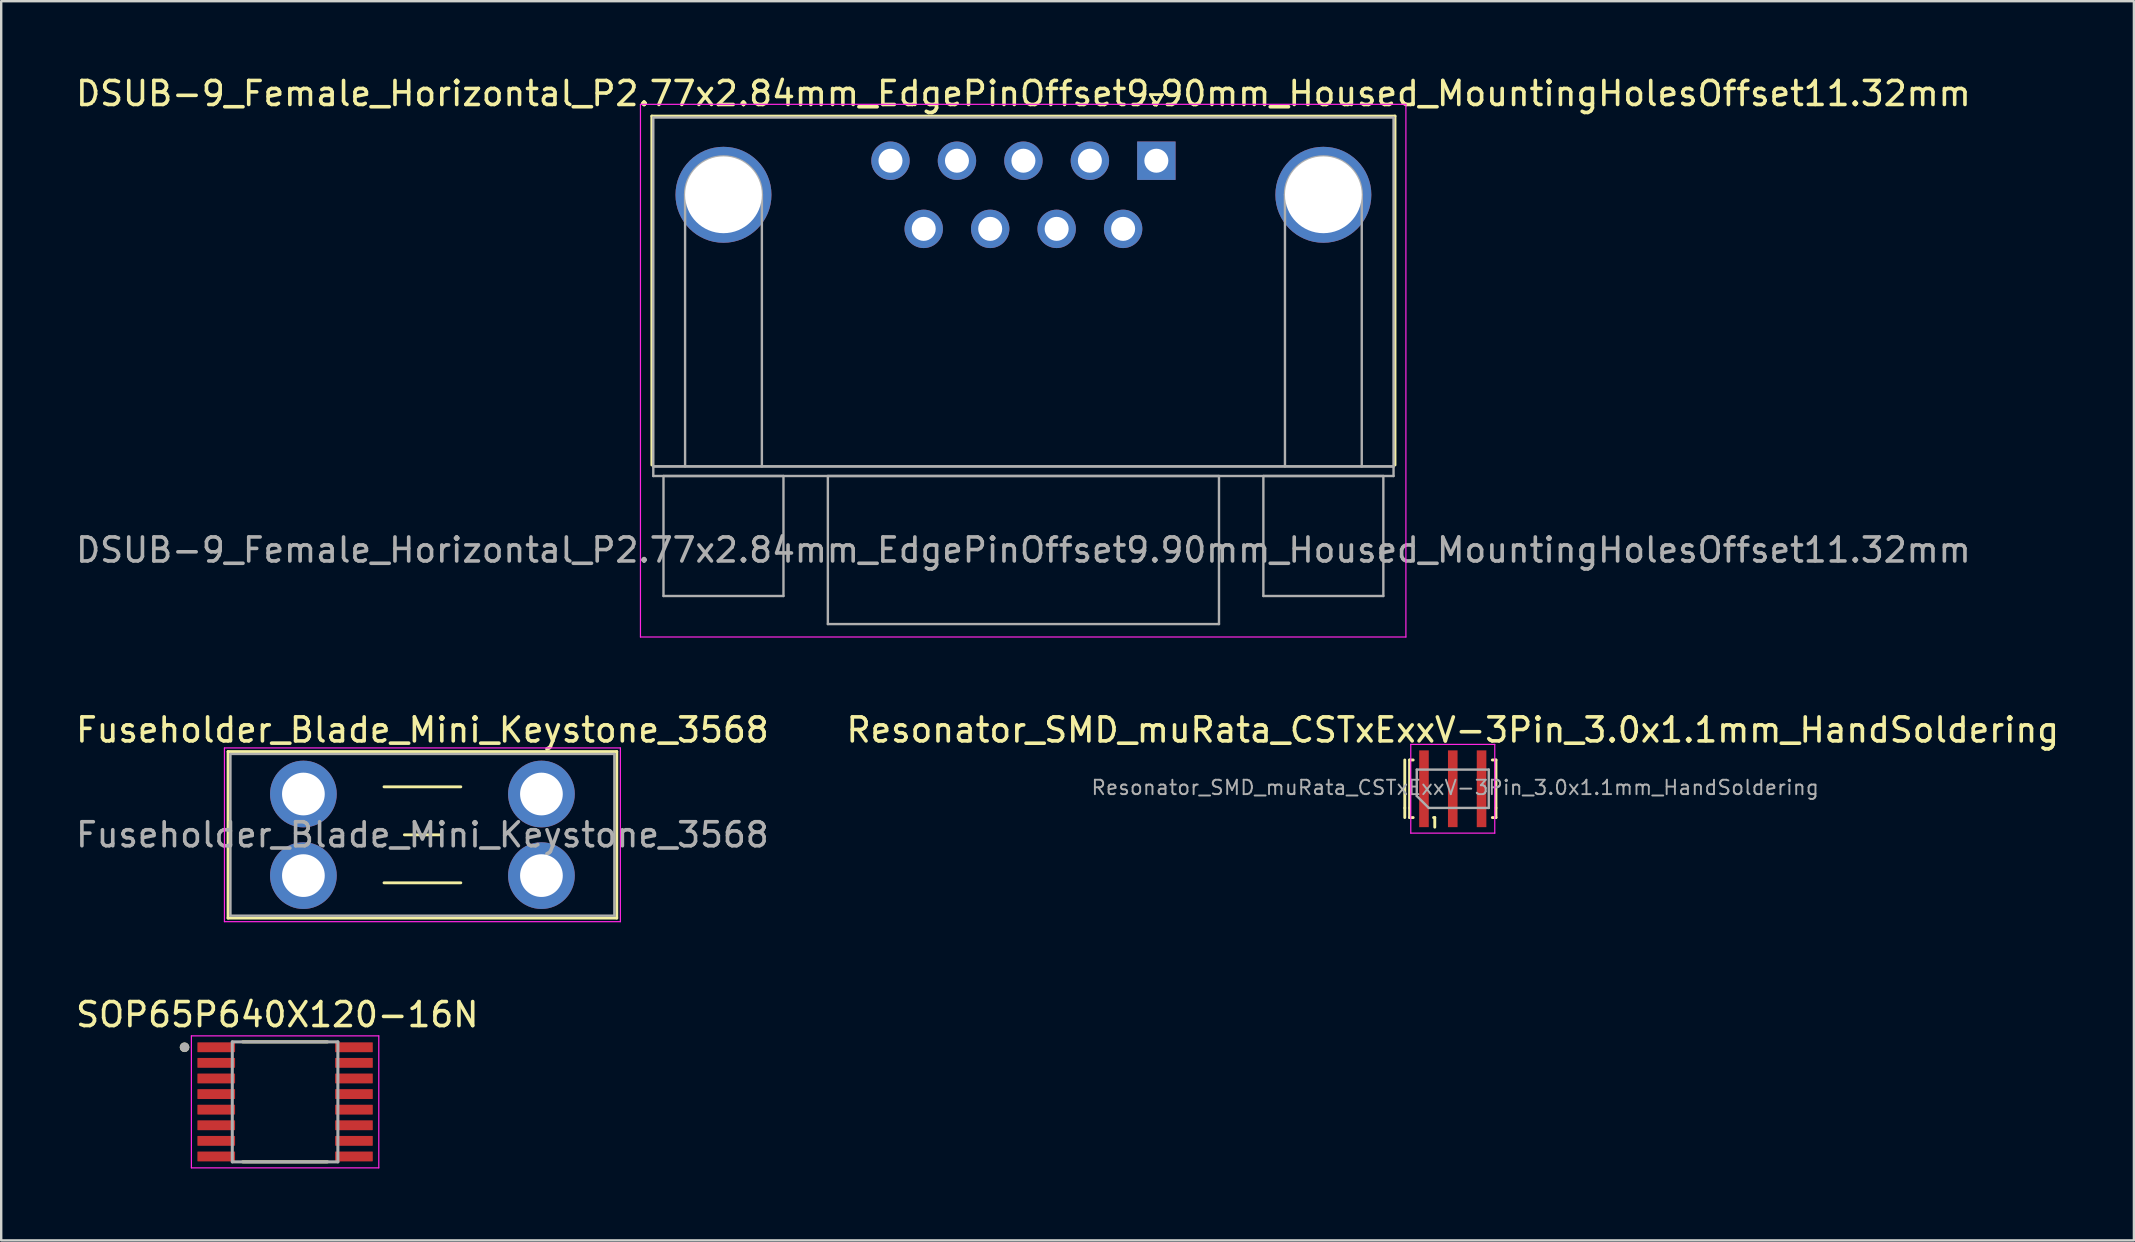
<source format=kicad_pcb>
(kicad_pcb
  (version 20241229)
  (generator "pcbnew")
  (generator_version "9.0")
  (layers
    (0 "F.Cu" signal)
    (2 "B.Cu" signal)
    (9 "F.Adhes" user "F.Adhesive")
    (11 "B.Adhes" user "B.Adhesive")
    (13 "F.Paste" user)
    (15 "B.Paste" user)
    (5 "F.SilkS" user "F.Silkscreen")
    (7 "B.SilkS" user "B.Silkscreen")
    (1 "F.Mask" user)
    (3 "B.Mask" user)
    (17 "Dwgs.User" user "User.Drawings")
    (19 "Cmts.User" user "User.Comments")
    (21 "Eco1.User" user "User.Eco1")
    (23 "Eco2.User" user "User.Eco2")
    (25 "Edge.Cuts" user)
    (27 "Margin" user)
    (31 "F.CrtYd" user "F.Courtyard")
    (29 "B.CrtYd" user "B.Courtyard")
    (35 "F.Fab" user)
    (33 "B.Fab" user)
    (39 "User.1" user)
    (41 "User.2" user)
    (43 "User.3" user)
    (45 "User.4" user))
  (footprint "Fuseholder_Blade_Mini_Keystone_3568"
    (layer "F.Cu")
    (at 9.594 30.041)
    (property "Reference" "Fuseholder_Blade_Mini_Keystone_3568" (at 4.96 -2.67 180) (layer "F.SilkS") (effects (font (size 1 1) (thickness 0.15))))
    (attr through_hole)
    (fp_line (start -3.14 -1.77) (end -3.14 5.17) (stroke (width 0.12) (type solid)) (layer "F.SilkS"))
    (fp_line (start -3.14 5.17) (end 13.06 5.17) (stroke (width 0.12) (type solid)) (layer "F.SilkS"))
    (fp_line (start 3.36 -0.3) (end 6.56 -0.3) (stroke (width 0.12) (type solid)) (layer "F.SilkS"))
    (fp_line (start 4.21 1.7) (end 5.71 1.7) (stroke (width 0.12) (type solid)) (layer "F.SilkS"))
    (fp_line (start 6.56 3.7) (end 3.36 3.7) (stroke (width 0.12) (type solid)) (layer "F.SilkS"))
    (fp_line (start 13.06 -1.77) (end -3.14 -1.77) (stroke (width 0.12) (type solid)) (layer "F.SilkS"))
    (fp_line (start 13.06 5.17) (end 13.06 -1.77) (stroke (width 0.12) (type solid)) (layer "F.SilkS"))
    (fp_line (start -3.29 -1.92) (end -3.29 5.32) (stroke (width 0.05) (type solid)) (layer "F.CrtYd"))
    (fp_line (start -3.29 5.32) (end 13.21 5.32) (stroke (width 0.05) (type solid)) (layer "F.CrtYd"))
    (fp_line (start 13.21 -1.92) (end -3.29 -1.92) (stroke (width 0.05) (type solid)) (layer "F.CrtYd"))
    (fp_line (start 13.21 5.32) (end 13.21 -1.92) (stroke (width 0.05) (type solid)) (layer "F.CrtYd"))
    (fp_line (start -3.04 -1.67) (end -3.04 5.07) (stroke (width 0.1) (type solid)) (layer "F.Fab"))
    (fp_line (start -3.04 5.07) (end 12.96 5.07) (stroke (width 0.1) (type solid)) (layer "F.Fab"))
    (fp_line (start 12.96 -1.67) (end -3.04 -1.67) (stroke (width 0.1) (type solid)) (layer "F.Fab"))
    (fp_line (start 12.96 5.07) (end 12.96 -1.67) (stroke (width 0.1) (type solid)) (layer "F.Fab"))
    (fp_text user "${REFERENCE}" (at 4.96 1.7 180) (layer "F.Fab") (effects (font (size 1 1) (thickness 0.15))))
    (pad "1" thru_hole circle (at 0 0) (size 2.78 2.78) (drill 1.78) (layers "*.Cu" "*.Mask"))
    (pad "1" thru_hole circle (at 0 3.4) (size 2.78 2.78) (drill 1.78) (layers "*.Cu" "*.Mask"))
    (pad "2" thru_hole circle (at 9.92 0) (size 2.78 2.78) (drill 1.78) (layers "*.Cu" "*.Mask"))
    (pad "2" thru_hole circle (at 9.92 3.4) (size 2.78 2.78) (drill 1.78) (layers "*.Cu" "*.Mask")))
  (footprint "Resonator_SMD_muRata_CSTxExxV-3Pin_3.0x1.1mm_HandSoldering"
    (layer "F.Cu")
    (at 57.494 29.822)
    (property "Reference" "Resonator_SMD_muRata_CSTxExxV-3Pin_3.0x1.1mm_HandSoldering" (at 0 -2.45 0) (layer "F.SilkS") (effects (font (size 1 1) (thickness 0.15))))
    (attr smd)
    (fp_line (start -2 -1.2) (end -2 0.8) (stroke (width 0.12) (type solid)) (layer "F.SilkS"))
    (fp_line (start -2 0.8) (end -2 1.2) (stroke (width 0.12) (type solid)) (layer "F.SilkS"))
    (fp_line (start -1.8 -1.2) (end -1.65 -1.2) (stroke (width 0.12) (type solid)) (layer "F.SilkS"))
    (fp_line (start -1.8 0.8) (end -1.8 -1.2) (stroke (width 0.12) (type solid)) (layer "F.SilkS"))
    (fp_line (start -1.8 0.8) (end -1.8 1.2) (stroke (width 0.12) (type solid)) (layer "F.SilkS"))
    (fp_line (start -1.8 1.2) (end -1.65 1.2) (stroke (width 0.12) (type solid)) (layer "F.SilkS"))
    (fp_line (start -0.75 1.2) (end -0.8 1.2) (stroke (width 0.12) (type solid)) (layer "F.SilkS"))
    (fp_line (start -0.75 1.2) (end -0.75 1.6) (stroke (width 0.12) (type solid)) (layer "F.SilkS"))
    (fp_line (start 1.8 -1.2) (end 1.65 -1.2) (stroke (width 0.12) (type solid)) (layer "F.SilkS"))
    (fp_line (start 1.8 -1.2) (end 1.8 0.8) (stroke (width 0.12) (type solid)) (layer "F.SilkS"))
    (fp_line (start 1.8 0.8) (end 1.8 1.2) (stroke (width 0.12) (type solid)) (layer "F.SilkS"))
    (fp_line (start 1.8 1.2) (end 1.65 1.2) (stroke (width 0.12) (type solid)) (layer "F.SilkS"))
    (fp_line (start -1.75 -1.85) (end 1.75 -1.85) (stroke (width 0.05) (type solid)) (layer "F.CrtYd"))
    (fp_line (start -1.75 1.85) (end -1.75 -1.85) (stroke (width 0.05) (type solid)) (layer "F.CrtYd"))
    (fp_line (start 1.75 -1.85) (end 1.75 1.85) (stroke (width 0.05) (type solid)) (layer "F.CrtYd"))
    (fp_line (start 1.75 1.85) (end -1.75 1.85) (stroke (width 0.05) (type solid)) (layer "F.CrtYd"))
    (fp_line (start -1.5 0.3) (end -1.5 -0.8) (stroke (width 0.1) (type solid)) (layer "F.Fab"))
    (fp_line (start -1 0.8) (end -1.5 0.3) (stroke (width 0.1) (type solid)) (layer "F.Fab"))
    (fp_line (start -1 0.8) (end 1.5 0.8) (stroke (width 0.1) (type solid)) (layer "F.Fab"))
    (fp_line (start 1.5 -0.8) (end -1.5 -0.8) (stroke (width 0.1) (type solid)) (layer "F.Fab"))
    (fp_line (start 1.5 0.8) (end 1.5 -0.8) (stroke (width 0.1) (type solid)) (layer "F.Fab"))
    (fp_text user "${REFERENCE}" (at 0.1 -0.05 0) (layer "F.Fab") (effects (font (size 0.6 0.6) (thickness 0.08))))
    (pad "1" smd rect (at -1.2 0) (size 0.4 3.2) (layers "F.Cu" "F.Mask" "F.Paste"))
    (pad "2" smd rect (at 0 0) (size 0.4 3.2) (layers "F.Cu" "F.Mask" "F.Paste"))
    (pad "3" smd rect (at 1.2 0) (size 0.4 3.2) (layers "F.Cu" "F.Mask" "F.Paste")))
  (footprint "DSUB-9_Female_Horizontal_P2.77x2.84mm_EdgePinOffset9.90mm_Housed_MountingHolesOffset11.32mm"
    (layer "F.Cu")
    (at 45.141 3.648)
    (property "Reference" "DSUB-9_Female_Horizontal_P2.77x2.84mm_EdgePinOffset9.90mm_Housed_MountingHolesOffset11.32mm" (at -5.54 -2.8 0) (layer "F.SilkS") (effects (font (size 1 1) (thickness 0.15))))
    (attr through_hole)
    (fp_line (start -21.025 -1.86) (end 9.945 -1.86) (stroke (width 0.12) (type solid)) (layer "F.SilkS"))
    (fp_line (start -21.025 12.68) (end -21.025 -1.86) (stroke (width 0.12) (type solid)) (layer "F.SilkS"))
    (fp_line (start -0.25 -2.754) (end 0.25 -2.754) (stroke (width 0.12) (type solid)) (layer "F.SilkS"))
    (fp_line (start 0 -2.321) (end -0.25 -2.754) (stroke (width 0.12) (type solid)) (layer "F.SilkS"))
    (fp_line (start 0.25 -2.754) (end 0 -2.321) (stroke (width 0.12) (type solid)) (layer "F.SilkS"))
    (fp_line (start 9.945 -1.86) (end 9.945 12.68) (stroke (width 0.12) (type solid)) (layer "F.SilkS"))
    (fp_line (start -21.5 -2.35) (end -21.5 19.85) (stroke (width 0.05) (type solid)) (layer "F.CrtYd"))
    (fp_line (start -21.5 19.85) (end 10.4 19.85) (stroke (width 0.05) (type solid)) (layer "F.CrtYd"))
    (fp_line (start 10.4 -2.35) (end -21.5 -2.35) (stroke (width 0.05) (type solid)) (layer "F.CrtYd"))
    (fp_line (start 10.4 19.85) (end 10.4 -2.35) (stroke (width 0.05) (type solid)) (layer "F.CrtYd"))
    (fp_line (start -20.965 -1.8) (end -20.965 12.74) (stroke (width 0.1) (type solid)) (layer "F.Fab"))
    (fp_line (start -20.965 12.74) (end -20.965 13.14) (stroke (width 0.1) (type solid)) (layer "F.Fab"))
    (fp_line (start -20.965 12.74) (end 9.885 12.74) (stroke (width 0.1) (type solid)) (layer "F.Fab"))
    (fp_line (start -20.965 13.14) (end 9.885 13.14) (stroke (width 0.1) (type solid)) (layer "F.Fab"))
    (fp_line (start -20.54 13.14) (end -20.54 18.14) (stroke (width 0.1) (type solid)) (layer "F.Fab"))
    (fp_line (start -20.54 18.14) (end -15.54 18.14) (stroke (width 0.1) (type solid)) (layer "F.Fab"))
    (fp_line (start -19.64 12.74) (end -19.64 1.42) (stroke (width 0.1) (type solid)) (layer "F.Fab"))
    (fp_line (start -16.44 12.74) (end -16.44 1.42) (stroke (width 0.1) (type solid)) (layer "F.Fab"))
    (fp_line (start -15.54 13.14) (end -20.54 13.14) (stroke (width 0.1) (type solid)) (layer "F.Fab"))
    (fp_line (start -15.54 18.14) (end -15.54 13.14) (stroke (width 0.1) (type solid)) (layer "F.Fab"))
    (fp_line (start -13.69 13.14) (end -13.69 19.31) (stroke (width 0.1) (type solid)) (layer "F.Fab"))
    (fp_line (start -13.69 19.31) (end 2.61 19.31) (stroke (width 0.1) (type solid)) (layer "F.Fab"))
    (fp_line (start 2.61 13.14) (end -13.69 13.14) (stroke (width 0.1) (type solid)) (layer "F.Fab"))
    (fp_line (start 2.61 19.31) (end 2.61 13.14) (stroke (width 0.1) (type solid)) (layer "F.Fab"))
    (fp_line (start 4.46 13.14) (end 4.46 18.14) (stroke (width 0.1) (type solid)) (layer "F.Fab"))
    (fp_line (start 4.46 18.14) (end 9.46 18.14) (stroke (width 0.1) (type solid)) (layer "F.Fab"))
    (fp_line (start 5.36 12.74) (end 5.36 1.42) (stroke (width 0.1) (type solid)) (layer "F.Fab"))
    (fp_line (start 8.56 12.74) (end 8.56 1.42) (stroke (width 0.1) (type solid)) (layer "F.Fab"))
    (fp_line (start 9.46 13.14) (end 4.46 13.14) (stroke (width 0.1) (type solid)) (layer "F.Fab"))
    (fp_line (start 9.46 18.14) (end 9.46 13.14) (stroke (width 0.1) (type solid)) (layer "F.Fab"))
    (fp_line (start 9.885 -1.8) (end -20.965 -1.8) (stroke (width 0.1) (type solid)) (layer "F.Fab"))
    (fp_line (start 9.885 12.74) (end -20.965 12.74) (stroke (width 0.1) (type solid)) (layer "F.Fab"))
    (fp_line (start 9.885 12.74) (end 9.885 -1.8) (stroke (width 0.1) (type solid)) (layer "F.Fab"))
    (fp_line (start 9.885 13.14) (end 9.885 12.74) (stroke (width 0.1) (type solid)) (layer "F.Fab"))
    (fp_arc (start -19.64 1.42) (mid -18.04 -0.18) (end -16.44 1.42) (stroke (width 0.1) (type solid)) (layer "F.Fab"))
    (fp_arc (start 5.36 1.42) (mid 6.96 -0.18) (end 8.56 1.42) (stroke (width 0.1) (type solid)) (layer "F.Fab"))
    (fp_text user "${REFERENCE}" (at -5.54 16.225 0) (layer "F.Fab") (effects (font (size 1 1) (thickness 0.15))))
    (pad "0" thru_hole circle (at -18.04 1.42) (size 4 4) (drill 3.2) (layers "*.Cu" "*.Mask"))
    (pad "0" thru_hole circle (at 6.96 1.42) (size 4 4) (drill 3.2) (layers "*.Cu" "*.Mask"))
    (pad "1" thru_hole rect (at 0 0) (size 1.6 1.6) (drill 1) (layers "*.Cu" "*.Mask"))
    (pad "2" thru_hole circle (at -2.77 0) (size 1.6 1.6) (drill 1) (layers "*.Cu" "*.Mask"))
    (pad "3" thru_hole circle (at -5.54 0) (size 1.6 1.6) (drill 1) (layers "*.Cu" "*.Mask"))
    (pad "4" thru_hole circle (at -8.31 0) (size 1.6 1.6) (drill 1) (layers "*.Cu" "*.Mask"))
    (pad "5" thru_hole circle (at -11.08 0) (size 1.6 1.6) (drill 1) (layers "*.Cu" "*.Mask"))
    (pad "6" thru_hole circle (at -1.385 2.84) (size 1.6 1.6) (drill 1) (layers "*.Cu" "*.Mask"))
    (pad "7" thru_hole circle (at -4.155 2.84) (size 1.6 1.6) (drill 1) (layers "*.Cu" "*.Mask"))
    (pad "8" thru_hole circle (at -6.925 2.84) (size 1.6 1.6) (drill 1) (layers "*.Cu" "*.Mask"))
    (pad "9" thru_hole circle (at -9.695 2.84) (size 1.6 1.6) (drill 1) (layers "*.Cu" "*.Mask")))
  (footprint "SOP65P640X120-16N"
    (layer "F.Cu")
    (at 8.831 42.87)
    (property "Reference" "SOP65P640X120-16N" (at -0.325 -3.635 0) (layer "F.SilkS") (effects (font (size 1 1) (thickness 0.15))))
    (attr through_hole)
    (fp_line (start -1.765 -2.5) (end 1.765 -2.5) (stroke (width 0.127) (type solid)) (layer "F.SilkS"))
    (fp_line (start 1.765 2.5) (end -1.765 2.5) (stroke (width 0.127) (type solid)) (layer "F.SilkS"))
    (fp_circle (center -4.19 -2.275) (end -4.09 -2.275) (stroke (width 0.2) (type solid)) (fill no) (layer "F.SilkS"))
    (fp_line (start -3.905 -2.75) (end -3.905 2.75) (stroke (width 0.05) (type solid)) (layer "F.CrtYd"))
    (fp_line (start -3.905 -2.75) (end 3.905 -2.75) (stroke (width 0.05) (type solid)) (layer "F.CrtYd"))
    (fp_line (start -3.905 2.75) (end 3.905 2.75) (stroke (width 0.05) (type solid)) (layer "F.CrtYd"))
    (fp_line (start 3.905 -2.75) (end 3.905 2.75) (stroke (width 0.05) (type solid)) (layer "F.CrtYd"))
    (fp_line (start -2.2 -2.5) (end -2.2 2.5) (stroke (width 0.127) (type solid)) (layer "F.Fab"))
    (fp_line (start -2.2 -2.5) (end 2.2 -2.5) (stroke (width 0.127) (type solid)) (layer "F.Fab"))
    (fp_line (start -2.2 2.5) (end 2.2 2.5) (stroke (width 0.127) (type solid)) (layer "F.Fab"))
    (fp_line (start 2.2 -2.5) (end 2.2 2.5) (stroke (width 0.127) (type solid)) (layer "F.Fab"))
    (fp_circle (center -4.19 -2.275) (end -4.09 -2.275) (stroke (width 0.2) (type solid)) (fill no) (layer "F.Fab"))
    (pad "1" smd roundrect (at -2.87 -2.275) (size 1.57 0.41) (layers "F.Cu" "F.Mask" "F.Paste") (roundrect_rratio 0.05))
    (pad "2" smd roundrect (at -2.87 -1.625) (size 1.57 0.41) (layers "F.Cu" "F.Mask" "F.Paste") (roundrect_rratio 0.05))
    (pad "3" smd roundrect (at -2.87 -0.975) (size 1.57 0.41) (layers "F.Cu" "F.Mask" "F.Paste") (roundrect_rratio 0.05))
    (pad "4" smd roundrect (at -2.87 -0.325) (size 1.57 0.41) (layers "F.Cu" "F.Mask" "F.Paste") (roundrect_rratio 0.05))
    (pad "5" smd roundrect (at -2.87 0.325) (size 1.57 0.41) (layers "F.Cu" "F.Mask" "F.Paste") (roundrect_rratio 0.05))
    (pad "6" smd roundrect (at -2.87 0.975) (size 1.57 0.41) (layers "F.Cu" "F.Mask" "F.Paste") (roundrect_rratio 0.05))
    (pad "7" smd roundrect (at -2.87 1.625) (size 1.57 0.41) (layers "F.Cu" "F.Mask" "F.Paste") (roundrect_rratio 0.05))
    (pad "8" smd roundrect (at -2.87 2.275) (size 1.57 0.41) (layers "F.Cu" "F.Mask" "F.Paste") (roundrect_rratio 0.05))
    (pad "9" smd roundrect (at 2.87 2.275) (size 1.57 0.41) (layers "F.Cu" "F.Mask" "F.Paste") (roundrect_rratio 0.05))
    (pad "10" smd roundrect (at 2.87 1.625) (size 1.57 0.41) (layers "F.Cu" "F.Mask" "F.Paste") (roundrect_rratio 0.05))
    (pad "11" smd roundrect (at 2.87 0.975) (size 1.57 0.41) (layers "F.Cu" "F.Mask" "F.Paste") (roundrect_rratio 0.05))
    (pad "12" smd roundrect (at 2.87 0.325) (size 1.57 0.41) (layers "F.Cu" "F.Mask" "F.Paste") (roundrect_rratio 0.05))
    (pad "13" smd roundrect (at 2.87 -0.325) (size 1.57 0.41) (layers "F.Cu" "F.Mask" "F.Paste") (roundrect_rratio 0.05))
    (pad "14" smd roundrect (at 2.87 -0.975) (size 1.57 0.41) (layers "F.Cu" "F.Mask" "F.Paste") (roundrect_rratio 0.05))
    (pad "15" smd roundrect (at 2.87 -1.625) (size 1.57 0.41) (layers "F.Cu" "F.Mask" "F.Paste") (roundrect_rratio 0.05))
    (pad "16" smd roundrect (at 2.87 -2.275) (size 1.57 0.41) (layers "F.Cu" "F.Mask" "F.Paste") (roundrect_rratio 0.05)))
  (gr_rect
    (start -3 -3)
    (end 85.881 48.645)
    (stroke (width 0.1) (type default))
    (fill no)
    (layer "Edge.Cuts")))
</source>
